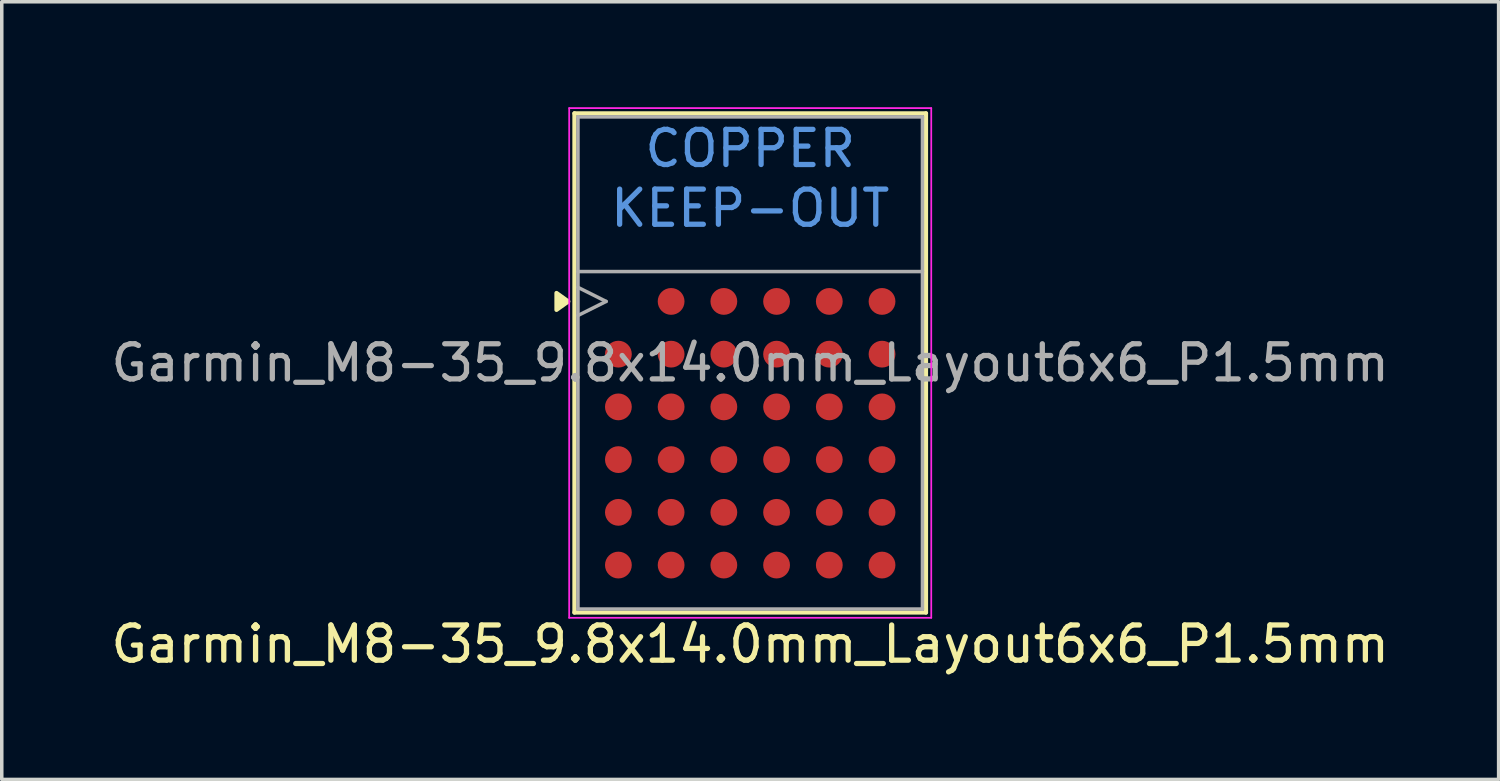
<source format=kicad_pcb>
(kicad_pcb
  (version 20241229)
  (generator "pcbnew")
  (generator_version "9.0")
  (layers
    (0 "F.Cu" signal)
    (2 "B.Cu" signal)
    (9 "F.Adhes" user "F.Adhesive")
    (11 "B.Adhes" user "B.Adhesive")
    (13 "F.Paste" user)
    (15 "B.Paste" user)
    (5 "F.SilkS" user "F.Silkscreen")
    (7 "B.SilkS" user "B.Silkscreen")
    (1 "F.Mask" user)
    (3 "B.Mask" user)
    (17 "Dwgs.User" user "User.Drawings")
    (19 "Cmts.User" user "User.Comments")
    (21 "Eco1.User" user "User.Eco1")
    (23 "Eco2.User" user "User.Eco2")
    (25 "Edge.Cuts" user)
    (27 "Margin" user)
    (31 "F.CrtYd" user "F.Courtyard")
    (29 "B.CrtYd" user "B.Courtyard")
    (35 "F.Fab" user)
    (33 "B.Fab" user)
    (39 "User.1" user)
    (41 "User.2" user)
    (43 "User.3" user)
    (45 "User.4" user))
  (footprint "Garmin_M8-35_9.8x14.0mm_Layout6x6_P1.5mm"
    (layer "F.Cu")
    (at 18.292 7.275)
    (property "Reference" "Garmin_M8-35_9.8x14.0mm_Layout6x6_P1.5mm" (at 0 8 0) (layer "F.SilkS") (effects (font (size 1 1) (thickness 0.15))))
    (attr smd)
    (fp_line (start -5 -7.1) (end -5 7.1) (stroke (width 0.12) (type solid)) (layer "F.SilkS"))
    (fp_line (start -5 7.1) (end 5 7.1) (stroke (width 0.12) (type solid)) (layer "F.SilkS"))
    (fp_line (start 5 -7.1) (end -5 -7.1) (stroke (width 0.12) (type solid)) (layer "F.SilkS"))
    (fp_line (start 5 7.1) (end 5 -7.1) (stroke (width 0.12) (type solid)) (layer "F.SilkS"))
    (fp_poly (pts (xy -5.175 -1.75) (xy -5.511 -1.51) (xy -5.511 -1.99) (xy -5.175 -1.75)) (stroke (width 0.12) (type solid)) (fill yes) (layer "F.SilkS"))
    (fp_poly (pts (xy -4.18 -0.315) (xy -4.18 -0.68) (xy -3.815 -0.68) (xy -3.815 -0.315)) (stroke (width 0) (type solid)) (fill yes) (layer "F.Paste"))
    (fp_poly (pts (xy -4.18 0.18) (xy -4.18 -0.185) (xy -3.815 -0.185) (xy -3.815 0.18)) (stroke (width 0) (type solid)) (fill yes) (layer "F.Paste"))
    (fp_poly (pts (xy -4.18 1.185) (xy -4.18 0.82) (xy -3.815 0.82) (xy -3.815 1.185)) (stroke (width 0) (type solid)) (fill yes) (layer "F.Paste"))
    (fp_poly (pts (xy -4.18 1.68) (xy -4.18 1.315) (xy -3.815 1.315) (xy -3.815 1.68)) (stroke (width 0) (type solid)) (fill yes) (layer "F.Paste"))
    (fp_poly (pts (xy -4.18 2.685) (xy -4.18 2.32) (xy -3.815 2.32) (xy -3.815 2.685)) (stroke (width 0) (type solid)) (fill yes) (layer "F.Paste"))
    (fp_poly (pts (xy -4.18 3.18) (xy -4.18 2.815) (xy -3.815 2.815) (xy -3.815 3.18)) (stroke (width 0) (type solid)) (fill yes) (layer "F.Paste"))
    (fp_poly (pts (xy -4.18 4.185) (xy -4.18 3.82) (xy -3.815 3.82) (xy -3.815 4.185)) (stroke (width 0) (type solid)) (fill yes) (layer "F.Paste"))
    (fp_poly (pts (xy -4.18 4.68) (xy -4.18 4.315) (xy -3.815 4.315) (xy -3.815 4.68)) (stroke (width 0) (type solid)) (fill yes) (layer "F.Paste"))
    (fp_poly (pts (xy -4.18 5.685) (xy -4.18 5.32) (xy -3.815 5.32) (xy -3.815 5.685)) (stroke (width 0) (type solid)) (fill yes) (layer "F.Paste"))
    (fp_poly (pts (xy -4.18 6.18) (xy -4.18 5.815) (xy -3.815 5.815) (xy -3.815 6.18)) (stroke (width 0) (type solid)) (fill yes) (layer "F.Paste"))
    (fp_poly (pts (xy -3.685 -0.315) (xy -3.685 -0.68) (xy -3.32 -0.68) (xy -3.32 -0.315)) (stroke (width 0) (type solid)) (fill yes) (layer "F.Paste"))
    (fp_poly (pts (xy -3.685 0.18) (xy -3.685 -0.185) (xy -3.32 -0.185) (xy -3.32 0.18)) (stroke (width 0) (type solid)) (fill yes) (layer "F.Paste"))
    (fp_poly (pts (xy -3.685 1.185) (xy -3.685 0.82) (xy -3.32 0.82) (xy -3.32 1.185)) (stroke (width 0) (type solid)) (fill yes) (layer "F.Paste"))
    (fp_poly (pts (xy -3.685 1.68) (xy -3.685 1.315) (xy -3.32 1.315) (xy -3.32 1.68)) (stroke (width 0) (type solid)) (fill yes) (layer "F.Paste"))
    (fp_poly (pts (xy -3.685 2.685) (xy -3.685 2.32) (xy -3.32 2.32) (xy -3.32 2.685)) (stroke (width 0) (type solid)) (fill yes) (layer "F.Paste"))
    (fp_poly (pts (xy -3.685 3.18) (xy -3.685 2.815) (xy -3.32 2.815) (xy -3.32 3.18)) (stroke (width 0) (type solid)) (fill yes) (layer "F.Paste"))
    (fp_poly (pts (xy -3.685 4.185) (xy -3.685 3.82) (xy -3.32 3.82) (xy -3.32 4.185)) (stroke (width 0) (type solid)) (fill yes) (layer "F.Paste"))
    (fp_poly (pts (xy -3.685 4.68) (xy -3.685 4.315) (xy -3.32 4.315) (xy -3.32 4.68)) (stroke (width 0) (type solid)) (fill yes) (layer "F.Paste"))
    (fp_poly (pts (xy -3.685 5.685) (xy -3.685 5.32) (xy -3.32 5.32) (xy -3.32 5.685)) (stroke (width 0) (type solid)) (fill yes) (layer "F.Paste"))
    (fp_poly (pts (xy -3.685 6.18) (xy -3.685 5.815) (xy -3.32 5.815) (xy -3.32 6.18)) (stroke (width 0) (type solid)) (fill yes) (layer "F.Paste"))
    (fp_poly (pts (xy -2.68 -1.815) (xy -2.68 -2.18) (xy -2.315 -2.18) (xy -2.315 -1.815)) (stroke (width 0) (type solid)) (fill yes) (layer "F.Paste"))
    (fp_poly (pts (xy -2.68 -1.32) (xy -2.68 -1.685) (xy -2.315 -1.685) (xy -2.315 -1.32)) (stroke (width 0) (type solid)) (fill yes) (layer "F.Paste"))
    (fp_poly (pts (xy -2.68 -0.315) (xy -2.68 -0.68) (xy -2.315 -0.68) (xy -2.315 -0.315)) (stroke (width 0) (type solid)) (fill yes) (layer "F.Paste"))
    (fp_poly (pts (xy -2.68 0.18) (xy -2.68 -0.185) (xy -2.315 -0.185) (xy -2.315 0.18)) (stroke (width 0) (type solid)) (fill yes) (layer "F.Paste"))
    (fp_poly (pts (xy -2.68 1.185) (xy -2.68 0.82) (xy -2.315 0.82) (xy -2.315 1.185)) (stroke (width 0) (type solid)) (fill yes) (layer "F.Paste"))
    (fp_poly (pts (xy -2.68 1.68) (xy -2.68 1.315) (xy -2.315 1.315) (xy -2.315 1.68)) (stroke (width 0) (type solid)) (fill yes) (layer "F.Paste"))
    (fp_poly (pts (xy -2.68 2.685) (xy -2.68 2.32) (xy -2.315 2.32) (xy -2.315 2.685)) (stroke (width 0) (type solid)) (fill yes) (layer "F.Paste"))
    (fp_poly (pts (xy -2.68 3.18) (xy -2.68 2.815) (xy -2.315 2.815) (xy -2.315 3.18)) (stroke (width 0) (type solid)) (fill yes) (layer "F.Paste"))
    (fp_poly (pts (xy -2.68 4.185) (xy -2.68 3.82) (xy -2.315 3.82) (xy -2.315 4.185)) (stroke (width 0) (type solid)) (fill yes) (layer "F.Paste"))
    (fp_poly (pts (xy -2.68 4.68) (xy -2.68 4.315) (xy -2.315 4.315) (xy -2.315 4.68)) (stroke (width 0) (type solid)) (fill yes) (layer "F.Paste"))
    (fp_poly (pts (xy -2.68 5.685) (xy -2.68 5.32) (xy -2.315 5.32) (xy -2.315 5.685)) (stroke (width 0) (type solid)) (fill yes) (layer "F.Paste"))
    (fp_poly (pts (xy -2.68 6.18) (xy -2.68 5.815) (xy -2.315 5.815) (xy -2.315 6.18)) (stroke (width 0) (type solid)) (fill yes) (layer "F.Paste"))
    (fp_poly (pts (xy -2.185 -1.815) (xy -2.185 -2.18) (xy -1.82 -2.18) (xy -1.82 -1.815)) (stroke (width 0) (type solid)) (fill yes) (layer "F.Paste"))
    (fp_poly (pts (xy -2.185 -1.32) (xy -2.185 -1.685) (xy -1.82 -1.685) (xy -1.82 -1.32)) (stroke (width 0) (type solid)) (fill yes) (layer "F.Paste"))
    (fp_poly (pts (xy -2.185 -0.315) (xy -2.185 -0.68) (xy -1.82 -0.68) (xy -1.82 -0.315)) (stroke (width 0) (type solid)) (fill yes) (layer "F.Paste"))
    (fp_poly (pts (xy -2.185 0.18) (xy -2.185 -0.185) (xy -1.82 -0.185) (xy -1.82 0.18)) (stroke (width 0) (type solid)) (fill yes) (layer "F.Paste"))
    (fp_poly (pts (xy -2.185 1.185) (xy -2.185 0.82) (xy -1.82 0.82) (xy -1.82 1.185)) (stroke (width 0) (type solid)) (fill yes) (layer "F.Paste"))
    (fp_poly (pts (xy -2.185 1.68) (xy -2.185 1.315) (xy -1.82 1.315) (xy -1.82 1.68)) (stroke (width 0) (type solid)) (fill yes) (layer "F.Paste"))
    (fp_poly (pts (xy -2.185 2.685) (xy -2.185 2.32) (xy -1.82 2.32) (xy -1.82 2.685)) (stroke (width 0) (type solid)) (fill yes) (layer "F.Paste"))
    (fp_poly (pts (xy -2.185 3.18) (xy -2.185 2.815) (xy -1.82 2.815) (xy -1.82 3.18)) (stroke (width 0) (type solid)) (fill yes) (layer "F.Paste"))
    (fp_poly (pts (xy -2.185 4.185) (xy -2.185 3.82) (xy -1.82 3.82) (xy -1.82 4.185)) (stroke (width 0) (type solid)) (fill yes) (layer "F.Paste"))
    (fp_poly (pts (xy -2.185 4.68) (xy -2.185 4.315) (xy -1.82 4.315) (xy -1.82 4.68)) (stroke (width 0) (type solid)) (fill yes) (layer "F.Paste"))
    (fp_poly (pts (xy -2.185 5.685) (xy -2.185 5.32) (xy -1.82 5.32) (xy -1.82 5.685)) (stroke (width 0) (type solid)) (fill yes) (layer "F.Paste"))
    (fp_poly (pts (xy -2.185 6.18) (xy -2.185 5.815) (xy -1.82 5.815) (xy -1.82 6.18)) (stroke (width 0) (type solid)) (fill yes) (layer "F.Paste"))
    (fp_poly (pts (xy -1.18 -1.815) (xy -1.18 -2.18) (xy -0.815 -2.18) (xy -0.815 -1.815)) (stroke (width 0) (type solid)) (fill yes) (layer "F.Paste"))
    (fp_poly (pts (xy -1.18 -1.32) (xy -1.18 -1.685) (xy -0.815 -1.685) (xy -0.815 -1.32)) (stroke (width 0) (type solid)) (fill yes) (layer "F.Paste"))
    (fp_poly (pts (xy -1.18 -0.315) (xy -1.18 -0.68) (xy -0.815 -0.68) (xy -0.815 -0.315)) (stroke (width 0) (type solid)) (fill yes) (layer "F.Paste"))
    (fp_poly (pts (xy -1.18 0.18) (xy -1.18 -0.185) (xy -0.815 -0.185) (xy -0.815 0.18)) (stroke (width 0) (type solid)) (fill yes) (layer "F.Paste"))
    (fp_poly (pts (xy -1.18 1.185) (xy -1.18 0.82) (xy -0.815 0.82) (xy -0.815 1.185)) (stroke (width 0) (type solid)) (fill yes) (layer "F.Paste"))
    (fp_poly (pts (xy -1.18 1.68) (xy -1.18 1.315) (xy -0.815 1.315) (xy -0.815 1.68)) (stroke (width 0) (type solid)) (fill yes) (layer "F.Paste"))
    (fp_poly (pts (xy -1.18 2.685) (xy -1.18 2.32) (xy -0.815 2.32) (xy -0.815 2.685)) (stroke (width 0) (type solid)) (fill yes) (layer "F.Paste"))
    (fp_poly (pts (xy -1.18 3.18) (xy -1.18 2.815) (xy -0.815 2.815) (xy -0.815 3.18)) (stroke (width 0) (type solid)) (fill yes) (layer "F.Paste"))
    (fp_poly (pts (xy -1.18 4.185) (xy -1.18 3.82) (xy -0.815 3.82) (xy -0.815 4.185)) (stroke (width 0) (type solid)) (fill yes) (layer "F.Paste"))
    (fp_poly (pts (xy -1.18 4.68) (xy -1.18 4.315) (xy -0.815 4.315) (xy -0.815 4.68)) (stroke (width 0) (type solid)) (fill yes) (layer "F.Paste"))
    (fp_poly (pts (xy -1.18 5.685) (xy -1.18 5.32) (xy -0.815 5.32) (xy -0.815 5.685)) (stroke (width 0) (type solid)) (fill yes) (layer "F.Paste"))
    (fp_poly (pts (xy -1.18 6.18) (xy -1.18 5.815) (xy -0.815 5.815) (xy -0.815 6.18)) (stroke (width 0) (type solid)) (fill yes) (layer "F.Paste"))
    (fp_poly (pts (xy -0.685 -1.815) (xy -0.685 -2.18) (xy -0.32 -2.18) (xy -0.32 -1.815)) (stroke (width 0) (type solid)) (fill yes) (layer "F.Paste"))
    (fp_poly (pts (xy -0.685 -1.32) (xy -0.685 -1.685) (xy -0.32 -1.685) (xy -0.32 -1.32)) (stroke (width 0) (type solid)) (fill yes) (layer "F.Paste"))
    (fp_poly (pts (xy -0.685 -0.315) (xy -0.685 -0.68) (xy -0.32 -0.68) (xy -0.32 -0.315)) (stroke (width 0) (type solid)) (fill yes) (layer "F.Paste"))
    (fp_poly (pts (xy -0.685 0.18) (xy -0.685 -0.185) (xy -0.32 -0.185) (xy -0.32 0.18)) (stroke (width 0) (type solid)) (fill yes) (layer "F.Paste"))
    (fp_poly (pts (xy -0.685 1.185) (xy -0.685 0.82) (xy -0.32 0.82) (xy -0.32 1.185)) (stroke (width 0) (type solid)) (fill yes) (layer "F.Paste"))
    (fp_poly (pts (xy -0.685 1.68) (xy -0.685 1.315) (xy -0.32 1.315) (xy -0.32 1.68)) (stroke (width 0) (type solid)) (fill yes) (layer "F.Paste"))
    (fp_poly (pts (xy -0.685 2.685) (xy -0.685 2.32) (xy -0.32 2.32) (xy -0.32 2.685)) (stroke (width 0) (type solid)) (fill yes) (layer "F.Paste"))
    (fp_poly (pts (xy -0.685 3.18) (xy -0.685 2.815) (xy -0.32 2.815) (xy -0.32 3.18)) (stroke (width 0) (type solid)) (fill yes) (layer "F.Paste"))
    (fp_poly (pts (xy -0.685 4.185) (xy -0.685 3.82) (xy -0.32 3.82) (xy -0.32 4.185)) (stroke (width 0) (type solid)) (fill yes) (layer "F.Paste"))
    (fp_poly (pts (xy -0.685 4.68) (xy -0.685 4.315) (xy -0.32 4.315) (xy -0.32 4.68)) (stroke (width 0) (type solid)) (fill yes) (layer "F.Paste"))
    (fp_poly (pts (xy -0.685 5.685) (xy -0.685 5.32) (xy -0.32 5.32) (xy -0.32 5.685)) (stroke (width 0) (type solid)) (fill yes) (layer "F.Paste"))
    (fp_poly (pts (xy -0.685 6.18) (xy -0.685 5.815) (xy -0.32 5.815) (xy -0.32 6.18)) (stroke (width 0) (type solid)) (fill yes) (layer "F.Paste"))
    (fp_poly (pts (xy 0.32 -1.815) (xy 0.32 -2.18) (xy 0.685 -2.18) (xy 0.685 -1.815)) (stroke (width 0) (type solid)) (fill yes) (layer "F.Paste"))
    (fp_poly (pts (xy 0.32 -1.32) (xy 0.32 -1.685) (xy 0.685 -1.685) (xy 0.685 -1.32)) (stroke (width 0) (type solid)) (fill yes) (layer "F.Paste"))
    (fp_poly (pts (xy 0.32 -0.315) (xy 0.32 -0.68) (xy 0.685 -0.68) (xy 0.685 -0.315)) (stroke (width 0) (type solid)) (fill yes) (layer "F.Paste"))
    (fp_poly (pts (xy 0.32 0.18) (xy 0.32 -0.185) (xy 0.685 -0.185) (xy 0.685 0.18)) (stroke (width 0) (type solid)) (fill yes) (layer "F.Paste"))
    (fp_poly (pts (xy 0.32 1.185) (xy 0.32 0.82) (xy 0.685 0.82) (xy 0.685 1.185)) (stroke (width 0) (type solid)) (fill yes) (layer "F.Paste"))
    (fp_poly (pts (xy 0.32 1.68) (xy 0.32 1.315) (xy 0.685 1.315) (xy 0.685 1.68)) (stroke (width 0) (type solid)) (fill yes) (layer "F.Paste"))
    (fp_poly (pts (xy 0.32 2.685) (xy 0.32 2.32) (xy 0.685 2.32) (xy 0.685 2.685)) (stroke (width 0) (type solid)) (fill yes) (layer "F.Paste"))
    (fp_poly (pts (xy 0.32 3.18) (xy 0.32 2.815) (xy 0.685 2.815) (xy 0.685 3.18)) (stroke (width 0) (type solid)) (fill yes) (layer "F.Paste"))
    (fp_poly (pts (xy 0.32 4.185) (xy 0.32 3.82) (xy 0.685 3.82) (xy 0.685 4.185)) (stroke (width 0) (type solid)) (fill yes) (layer "F.Paste"))
    (fp_poly (pts (xy 0.32 4.68) (xy 0.32 4.315) (xy 0.685 4.315) (xy 0.685 4.68)) (stroke (width 0) (type solid)) (fill yes) (layer "F.Paste"))
    (fp_poly (pts (xy 0.32 5.685) (xy 0.32 5.32) (xy 0.685 5.32) (xy 0.685 5.685)) (stroke (width 0) (type solid)) (fill yes) (layer "F.Paste"))
    (fp_poly (pts (xy 0.32 6.18) (xy 0.32 5.815) (xy 0.685 5.815) (xy 0.685 6.18)) (stroke (width 0) (type solid)) (fill yes) (layer "F.Paste"))
    (fp_poly (pts (xy 0.815 -1.815) (xy 0.815 -2.18) (xy 1.18 -2.18) (xy 1.18 -1.815)) (stroke (width 0) (type solid)) (fill yes) (layer "F.Paste"))
    (fp_poly (pts (xy 0.815 -1.32) (xy 0.815 -1.685) (xy 1.18 -1.685) (xy 1.18 -1.32)) (stroke (width 0) (type solid)) (fill yes) (layer "F.Paste"))
    (fp_poly (pts (xy 0.815 -0.315) (xy 0.815 -0.68) (xy 1.18 -0.68) (xy 1.18 -0.315)) (stroke (width 0) (type solid)) (fill yes) (layer "F.Paste"))
    (fp_poly (pts (xy 0.815 0.18) (xy 0.815 -0.185) (xy 1.18 -0.185) (xy 1.18 0.18)) (stroke (width 0) (type solid)) (fill yes) (layer "F.Paste"))
    (fp_poly (pts (xy 0.815 1.185) (xy 0.815 0.82) (xy 1.18 0.82) (xy 1.18 1.185)) (stroke (width 0) (type solid)) (fill yes) (layer "F.Paste"))
    (fp_poly (pts (xy 0.815 1.68) (xy 0.815 1.315) (xy 1.18 1.315) (xy 1.18 1.68)) (stroke (width 0) (type solid)) (fill yes) (layer "F.Paste"))
    (fp_poly (pts (xy 0.815 2.685) (xy 0.815 2.32) (xy 1.18 2.32) (xy 1.18 2.685)) (stroke (width 0) (type solid)) (fill yes) (layer "F.Paste"))
    (fp_poly (pts (xy 0.815 3.18) (xy 0.815 2.815) (xy 1.18 2.815) (xy 1.18 3.18)) (stroke (width 0) (type solid)) (fill yes) (layer "F.Paste"))
    (fp_poly (pts (xy 0.815 4.185) (xy 0.815 3.82) (xy 1.18 3.82) (xy 1.18 4.185)) (stroke (width 0) (type solid)) (fill yes) (layer "F.Paste"))
    (fp_poly (pts (xy 0.815 4.68) (xy 0.815 4.315) (xy 1.18 4.315) (xy 1.18 4.68)) (stroke (width 0) (type solid)) (fill yes) (layer "F.Paste"))
    (fp_poly (pts (xy 0.815 5.685) (xy 0.815 5.32) (xy 1.18 5.32) (xy 1.18 5.685)) (stroke (width 0) (type solid)) (fill yes) (layer "F.Paste"))
    (fp_poly (pts (xy 0.815 6.18) (xy 0.815 5.815) (xy 1.18 5.815) (xy 1.18 6.18)) (stroke (width 0) (type solid)) (fill yes) (layer "F.Paste"))
    (fp_poly (pts (xy 1.82 -1.815) (xy 1.82 -2.18) (xy 2.185 -2.18) (xy 2.185 -1.815)) (stroke (width 0) (type solid)) (fill yes) (layer "F.Paste"))
    (fp_poly (pts (xy 1.82 -1.32) (xy 1.82 -1.685) (xy 2.185 -1.685) (xy 2.185 -1.32)) (stroke (width 0) (type solid)) (fill yes) (layer "F.Paste"))
    (fp_poly (pts (xy 1.82 -0.315) (xy 1.82 -0.68) (xy 2.185 -0.68) (xy 2.185 -0.315)) (stroke (width 0) (type solid)) (fill yes) (layer "F.Paste"))
    (fp_poly (pts (xy 1.82 0.18) (xy 1.82 -0.185) (xy 2.185 -0.185) (xy 2.185 0.18)) (stroke (width 0) (type solid)) (fill yes) (layer "F.Paste"))
    (fp_poly (pts (xy 1.82 1.185) (xy 1.82 0.82) (xy 2.185 0.82) (xy 2.185 1.185)) (stroke (width 0) (type solid)) (fill yes) (layer "F.Paste"))
    (fp_poly (pts (xy 1.82 1.68) (xy 1.82 1.315) (xy 2.185 1.315) (xy 2.185 1.68)) (stroke (width 0) (type solid)) (fill yes) (layer "F.Paste"))
    (fp_poly (pts (xy 1.82 2.685) (xy 1.82 2.32) (xy 2.185 2.32) (xy 2.185 2.685)) (stroke (width 0) (type solid)) (fill yes) (layer "F.Paste"))
    (fp_poly (pts (xy 1.82 3.18) (xy 1.82 2.815) (xy 2.185 2.815) (xy 2.185 3.18)) (stroke (width 0) (type solid)) (fill yes) (layer "F.Paste"))
    (fp_poly (pts (xy 1.82 4.185) (xy 1.82 3.82) (xy 2.185 3.82) (xy 2.185 4.185)) (stroke (width 0) (type solid)) (fill yes) (layer "F.Paste"))
    (fp_poly (pts (xy 1.82 4.68) (xy 1.82 4.315) (xy 2.185 4.315) (xy 2.185 4.68)) (stroke (width 0) (type solid)) (fill yes) (layer "F.Paste"))
    (fp_poly (pts (xy 1.82 5.685) (xy 1.82 5.32) (xy 2.185 5.32) (xy 2.185 5.685)) (stroke (width 0) (type solid)) (fill yes) (layer "F.Paste"))
    (fp_poly (pts (xy 1.82 6.18) (xy 1.82 5.815) (xy 2.185 5.815) (xy 2.185 6.18)) (stroke (width 0) (type solid)) (fill yes) (layer "F.Paste"))
    (fp_poly (pts (xy 2.315 -1.815) (xy 2.315 -2.18) (xy 2.68 -2.18) (xy 2.68 -1.815)) (stroke (width 0) (type solid)) (fill yes) (layer "F.Paste"))
    (fp_poly (pts (xy 2.315 -1.32) (xy 2.315 -1.685) (xy 2.68 -1.685) (xy 2.68 -1.32)) (stroke (width 0) (type solid)) (fill yes) (layer "F.Paste"))
    (fp_poly (pts (xy 2.315 -0.315) (xy 2.315 -0.68) (xy 2.68 -0.68) (xy 2.68 -0.315)) (stroke (width 0) (type solid)) (fill yes) (layer "F.Paste"))
    (fp_poly (pts (xy 2.315 0.18) (xy 2.315 -0.185) (xy 2.68 -0.185) (xy 2.68 0.18)) (stroke (width 0) (type solid)) (fill yes) (layer "F.Paste"))
    (fp_poly (pts (xy 2.315 1.185) (xy 2.315 0.82) (xy 2.68 0.82) (xy 2.68 1.185)) (stroke (width 0) (type solid)) (fill yes) (layer "F.Paste"))
    (fp_poly (pts (xy 2.315 1.68) (xy 2.315 1.315) (xy 2.68 1.315) (xy 2.68 1.68)) (stroke (width 0) (type solid)) (fill yes) (layer "F.Paste"))
    (fp_poly (pts (xy 2.315 2.685) (xy 2.315 2.32) (xy 2.68 2.32) (xy 2.68 2.685)) (stroke (width 0) (type solid)) (fill yes) (layer "F.Paste"))
    (fp_poly (pts (xy 2.315 3.18) (xy 2.315 2.815) (xy 2.68 2.815) (xy 2.68 3.18)) (stroke (width 0) (type solid)) (fill yes) (layer "F.Paste"))
    (fp_poly (pts (xy 2.315 4.185) (xy 2.315 3.82) (xy 2.68 3.82) (xy 2.68 4.185)) (stroke (width 0) (type solid)) (fill yes) (layer "F.Paste"))
    (fp_poly (pts (xy 2.315 4.68) (xy 2.315 4.315) (xy 2.68 4.315) (xy 2.68 4.68)) (stroke (width 0) (type solid)) (fill yes) (layer "F.Paste"))
    (fp_poly (pts (xy 2.315 5.685) (xy 2.315 5.32) (xy 2.68 5.32) (xy 2.68 5.685)) (stroke (width 0) (type solid)) (fill yes) (layer "F.Paste"))
    (fp_poly (pts (xy 2.315 6.18) (xy 2.315 5.815) (xy 2.68 5.815) (xy 2.68 6.18)) (stroke (width 0) (type solid)) (fill yes) (layer "F.Paste"))
    (fp_poly (pts (xy 3.32 -1.815) (xy 3.32 -2.18) (xy 3.685 -2.18) (xy 3.685 -1.815)) (stroke (width 0) (type solid)) (fill yes) (layer "F.Paste"))
    (fp_poly (pts (xy 3.32 -1.32) (xy 3.32 -1.685) (xy 3.685 -1.685) (xy 3.685 -1.32)) (stroke (width 0) (type solid)) (fill yes) (layer "F.Paste"))
    (fp_poly (pts (xy 3.32 -0.315) (xy 3.32 -0.68) (xy 3.685 -0.68) (xy 3.685 -0.315)) (stroke (width 0) (type solid)) (fill yes) (layer "F.Paste"))
    (fp_poly (pts (xy 3.32 0.18) (xy 3.32 -0.185) (xy 3.685 -0.185) (xy 3.685 0.18)) (stroke (width 0) (type solid)) (fill yes) (layer "F.Paste"))
    (fp_poly (pts (xy 3.32 1.185) (xy 3.32 0.82) (xy 3.685 0.82) (xy 3.685 1.185)) (stroke (width 0) (type solid)) (fill yes) (layer "F.Paste"))
    (fp_poly (pts (xy 3.32 1.68) (xy 3.32 1.315) (xy 3.685 1.315) (xy 3.685 1.68)) (stroke (width 0) (type solid)) (fill yes) (layer "F.Paste"))
    (fp_poly (pts (xy 3.32 2.685) (xy 3.32 2.32) (xy 3.685 2.32) (xy 3.685 2.685)) (stroke (width 0) (type solid)) (fill yes) (layer "F.Paste"))
    (fp_poly (pts (xy 3.32 3.18) (xy 3.32 2.815) (xy 3.685 2.815) (xy 3.685 3.18)) (stroke (width 0) (type solid)) (fill yes) (layer "F.Paste"))
    (fp_poly (pts (xy 3.32 4.185) (xy 3.32 3.82) (xy 3.685 3.82) (xy 3.685 4.185)) (stroke (width 0) (type solid)) (fill yes) (layer "F.Paste"))
    (fp_poly (pts (xy 3.32 4.68) (xy 3.32 4.315) (xy 3.685 4.315) (xy 3.685 4.68)) (stroke (width 0) (type solid)) (fill yes) (layer "F.Paste"))
    (fp_poly (pts (xy 3.32 5.685) (xy 3.32 5.32) (xy 3.685 5.32) (xy 3.685 5.685)) (stroke (width 0) (type solid)) (fill yes) (layer "F.Paste"))
    (fp_poly (pts (xy 3.32 6.18) (xy 3.32 5.815) (xy 3.685 5.815) (xy 3.685 6.18)) (stroke (width 0) (type solid)) (fill yes) (layer "F.Paste"))
    (fp_poly (pts (xy 3.815 -1.815) (xy 3.815 -2.18) (xy 4.18 -2.18) (xy 4.18 -1.815)) (stroke (width 0) (type solid)) (fill yes) (layer "F.Paste"))
    (fp_poly (pts (xy 3.815 -1.32) (xy 3.815 -1.685) (xy 4.18 -1.685) (xy 4.18 -1.32)) (stroke (width 0) (type solid)) (fill yes) (layer "F.Paste"))
    (fp_poly (pts (xy 3.815 -0.315) (xy 3.815 -0.68) (xy 4.18 -0.68) (xy 4.18 -0.315)) (stroke (width 0) (type solid)) (fill yes) (layer "F.Paste"))
    (fp_poly (pts (xy 3.815 0.18) (xy 3.815 -0.185) (xy 4.18 -0.185) (xy 4.18 0.18)) (stroke (width 0) (type solid)) (fill yes) (layer "F.Paste"))
    (fp_poly (pts (xy 3.815 1.185) (xy 3.815 0.82) (xy 4.18 0.82) (xy 4.18 1.185)) (stroke (width 0) (type solid)) (fill yes) (layer "F.Paste"))
    (fp_poly (pts (xy 3.815 1.68) (xy 3.815 1.315) (xy 4.18 1.315) (xy 4.18 1.68)) (stroke (width 0) (type solid)) (fill yes) (layer "F.Paste"))
    (fp_poly (pts (xy 3.815 2.685) (xy 3.815 2.32) (xy 4.18 2.32) (xy 4.18 2.685)) (stroke (width 0) (type solid)) (fill yes) (layer "F.Paste"))
    (fp_poly (pts (xy 3.815 3.18) (xy 3.815 2.815) (xy 4.18 2.815) (xy 4.18 3.18)) (stroke (width 0) (type solid)) (fill yes) (layer "F.Paste"))
    (fp_poly (pts (xy 3.815 4.185) (xy 3.815 3.82) (xy 4.18 3.82) (xy 4.18 4.185)) (stroke (width 0) (type solid)) (fill yes) (layer "F.Paste"))
    (fp_poly (pts (xy 3.815 4.68) (xy 3.815 4.315) (xy 4.18 4.315) (xy 4.18 4.68)) (stroke (width 0) (type solid)) (fill yes) (layer "F.Paste"))
    (fp_poly (pts (xy 3.815 5.685) (xy 3.815 5.32) (xy 4.18 5.32) (xy 4.18 5.685)) (stroke (width 0) (type solid)) (fill yes) (layer "F.Paste"))
    (fp_poly (pts (xy 3.815 6.18) (xy 3.815 5.815) (xy 4.18 5.815) (xy 4.18 6.18)) (stroke (width 0) (type solid)) (fill yes) (layer "F.Paste"))
    (fp_line (start -5.15 -7.25) (end 5.15 -7.25) (stroke (width 0.05) (type solid)) (layer "F.CrtYd"))
    (fp_line (start -5.15 7.25) (end -5.15 -7.25) (stroke (width 0.05) (type solid)) (layer "F.CrtYd"))
    (fp_line (start 5.15 -7.25) (end 5.15 7.25) (stroke (width 0.05) (type solid)) (layer "F.CrtYd"))
    (fp_line (start 5.15 7.25) (end -5.15 7.25) (stroke (width 0.05) (type solid)) (layer "F.CrtYd"))
    (fp_line (start -4.9 -7) (end 4.9 -7) (stroke (width 0.1) (type solid)) (layer "F.Fab"))
    (fp_line (start -4.9 -2.6) (end 4.9 -2.6) (stroke (width 0.1) (type solid)) (layer "F.Fab"))
    (fp_line (start -4.9 -2.15) (end -4.1 -1.75) (stroke (width 0.1) (type solid)) (layer "F.Fab"))
    (fp_line (start -4.9 -1.35) (end -4.1 -1.75) (stroke (width 0.1) (type solid)) (layer "F.Fab"))
    (fp_line (start -4.9 7) (end -4.9 -7) (stroke (width 0.1) (type solid)) (layer "F.Fab"))
    (fp_line (start 4.9 -7) (end 4.9 7) (stroke (width 0.1) (type solid)) (layer "F.Fab"))
    (fp_line (start 4.9 7) (end -4.9 7) (stroke (width 0.1) (type solid)) (layer "F.Fab"))
    (fp_text user "COPPER" (at 0 -6.1 0) (layer "Cmts.User") (effects (font (size 1 1) (thickness 0.15))))
    (fp_text user "KEEP-OUT" (at 0 -4.4 0) (layer "Cmts.User") (effects (font (size 1 1) (thickness 0.15))))
    (fp_text user "${REFERENCE}" (at 0 0 0) (layer "F.Fab") (effects (font (size 1 1) (thickness 0.15))))
    (pad "A2" smd circle (at -2.25 -1.75) (size 0.762 0.762) (layers "F.Cu" "F.Mask"))
    (pad "A3" smd circle (at -0.75 -1.75) (size 0.762 0.762) (layers "F.Cu" "F.Mask"))
    (pad "A4" smd circle (at 0.75 -1.75) (size 0.762 0.762) (layers "F.Cu" "F.Mask"))
    (pad "A5" smd circle (at 2.25 -1.75) (size 0.762 0.762) (layers "F.Cu" "F.Mask"))
    (pad "A6" smd circle (at 3.75 -1.75) (size 0.762 0.762) (layers "F.Cu" "F.Mask"))
    (pad "B1" smd circle (at -3.75 -0.25) (size 0.762 0.762) (layers "F.Cu" "F.Mask"))
    (pad "B2" smd circle (at -2.25 -0.25) (size 0.762 0.762) (layers "F.Cu" "F.Mask"))
    (pad "B3" smd circle (at -0.75 -0.25) (size 0.762 0.762) (layers "F.Cu" "F.Mask"))
    (pad "B4" smd circle (at 0.75 -0.25) (size 0.762 0.762) (layers "F.Cu" "F.Mask"))
    (pad "B5" smd circle (at 2.25 -0.25) (size 0.762 0.762) (layers "F.Cu" "F.Mask"))
    (pad "B6" smd circle (at 3.75 -0.25) (size 0.762 0.762) (layers "F.Cu" "F.Mask"))
    (pad "C1" smd circle (at -3.75 1.25) (size 0.762 0.762) (layers "F.Cu" "F.Mask"))
    (pad "C2" smd circle (at -2.25 1.25) (size 0.762 0.762) (layers "F.Cu" "F.Mask"))
    (pad "C3" smd circle (at -0.75 1.25) (size 0.762 0.762) (layers "F.Cu" "F.Mask"))
    (pad "C4" smd circle (at 0.75 1.25) (size 0.762 0.762) (layers "F.Cu" "F.Mask"))
    (pad "C5" smd circle (at 2.25 1.25) (size 0.762 0.762) (layers "F.Cu" "F.Mask"))
    (pad "C6" smd circle (at 3.75 1.25) (size 0.762 0.762) (layers "F.Cu" "F.Mask"))
    (pad "D1" smd circle (at -3.75 2.75) (size 0.762 0.762) (layers "F.Cu" "F.Mask"))
    (pad "D2" smd circle (at -2.25 2.75) (size 0.762 0.762) (layers "F.Cu" "F.Mask"))
    (pad "D3" smd circle (at -0.75 2.75) (size 0.762 0.762) (layers "F.Cu" "F.Mask"))
    (pad "D4" smd circle (at 0.75 2.75) (size 0.762 0.762) (layers "F.Cu" "F.Mask"))
    (pad "D5" smd circle (at 2.25 2.75) (size 0.762 0.762) (layers "F.Cu" "F.Mask"))
    (pad "D6" smd circle (at 3.75 2.75) (size 0.762 0.762) (layers "F.Cu" "F.Mask"))
    (pad "E1" smd circle (at -3.75 4.25) (size 0.762 0.762) (layers "F.Cu" "F.Mask"))
    (pad "E2" smd circle (at -2.25 4.25) (size 0.762 0.762) (layers "F.Cu" "F.Mask"))
    (pad "E3" smd circle (at -0.75 4.25) (size 0.762 0.762) (layers "F.Cu" "F.Mask"))
    (pad "E4" smd circle (at 0.75 4.25) (size 0.762 0.762) (layers "F.Cu" "F.Mask"))
    (pad "E5" smd circle (at 2.25 4.25) (size 0.762 0.762) (layers "F.Cu" "F.Mask"))
    (pad "E6" smd circle (at 3.75 4.25) (size 0.762 0.762) (layers "F.Cu" "F.Mask"))
    (pad "F1" smd circle (at -3.75 5.75) (size 0.762 0.762) (layers "F.Cu" "F.Mask"))
    (pad "F2" smd circle (at -2.25 5.75) (size 0.762 0.762) (layers "F.Cu" "F.Mask"))
    (pad "F3" smd circle (at -0.75 5.75) (size 0.762 0.762) (layers "F.Cu" "F.Mask"))
    (pad "F4" smd circle (at 0.75 5.75) (size 0.762 0.762) (layers "F.Cu" "F.Mask"))
    (pad "F5" smd circle (at 2.25 5.75) (size 0.762 0.762) (layers "F.Cu" "F.Mask"))
    (pad "F6" smd circle (at 3.75 5.75) (size 0.762 0.762) (layers "F.Cu" "F.Mask"))
    (zone (net_name "") (layers "F.Cu" "B.Cu") (hatch full 0.508) (connect_pads) (min_thickness 0.254) (filled_areas_thickness no) (keepout (tracks not_allowed) (vias not_allowed) (pads not_allowed) (copperpour not_allowed) (footprints not_allowed)) (placement (enabled no)) (fill) (polygon (pts (xy 13.392 4.675) (xy 23.192 4.675) (xy 23.192 0.275) (xy 13.392 0.275)))))
  (gr_rect
    (start -3 -3)
    (end 39.583 19.123)
    (stroke (width 0.1) (type default))
    (fill no)
    (layer "Edge.Cuts")))
</source>
